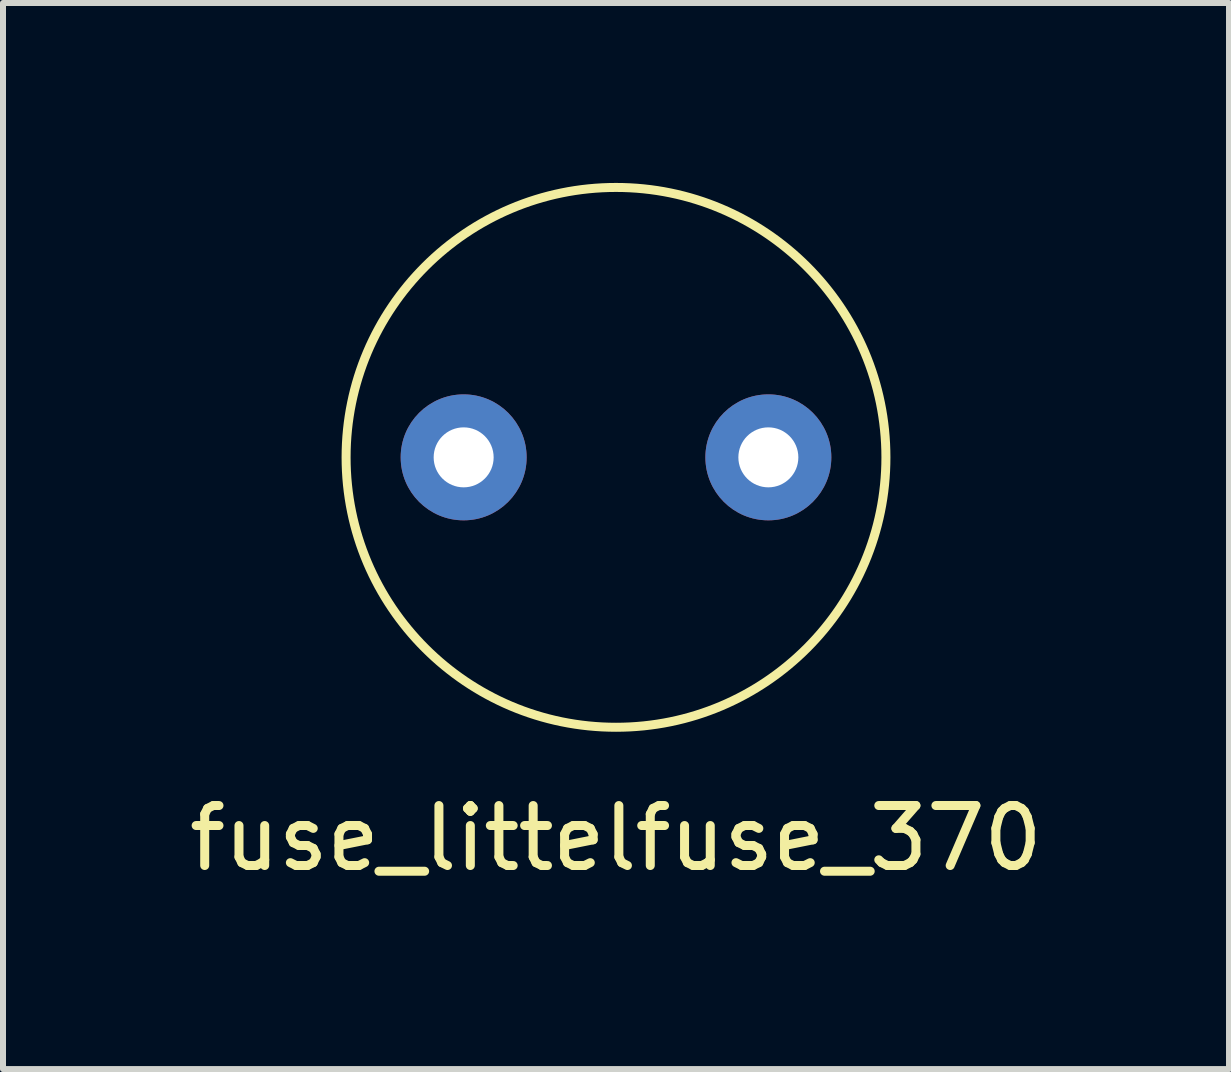
<source format=kicad_pcb>
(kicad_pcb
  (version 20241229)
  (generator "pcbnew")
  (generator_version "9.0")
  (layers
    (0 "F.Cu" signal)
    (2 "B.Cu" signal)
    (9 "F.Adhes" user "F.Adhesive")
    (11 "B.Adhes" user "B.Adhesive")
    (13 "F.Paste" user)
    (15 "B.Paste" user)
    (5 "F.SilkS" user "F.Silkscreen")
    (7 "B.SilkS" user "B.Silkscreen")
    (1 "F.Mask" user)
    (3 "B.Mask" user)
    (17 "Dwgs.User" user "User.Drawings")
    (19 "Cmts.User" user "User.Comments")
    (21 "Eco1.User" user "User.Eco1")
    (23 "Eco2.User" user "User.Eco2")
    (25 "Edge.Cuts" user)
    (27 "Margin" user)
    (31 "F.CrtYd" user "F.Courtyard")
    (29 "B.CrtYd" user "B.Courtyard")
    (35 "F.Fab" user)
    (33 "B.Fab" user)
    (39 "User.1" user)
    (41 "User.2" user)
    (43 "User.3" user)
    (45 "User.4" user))
  (footprint "fuse_littelfuse_370"
    (layer "F.Cu")
    (at 7.22 4.575)
    (property "Reference" "fuse_littelfuse_370" (at 0 6.35 0) (layer "F.SilkS") (effects (font (size 1 1) (thickness 0.15))))
    (attr through_hole)
    (fp_circle (center 0 0) (end 4.5 0) (stroke (width 0.15) (type solid)) (fill no) (layer "F.SilkS"))
    (pad "1" thru_hole circle (at -2.54 0) (size 2.1 2.1) (drill 1) (layers "*.Cu" "*.Mask"))
    (pad "2" thru_hole circle (at 2.54 0) (size 2.1 2.1) (drill 1) (layers "*.Cu" "*.Mask")))
  (gr_rect
    (start -3 -3)
    (end 17.44 14.773)
    (stroke (width 0.1) (type default))
    (fill no)
    (layer "Edge.Cuts")))
</source>
